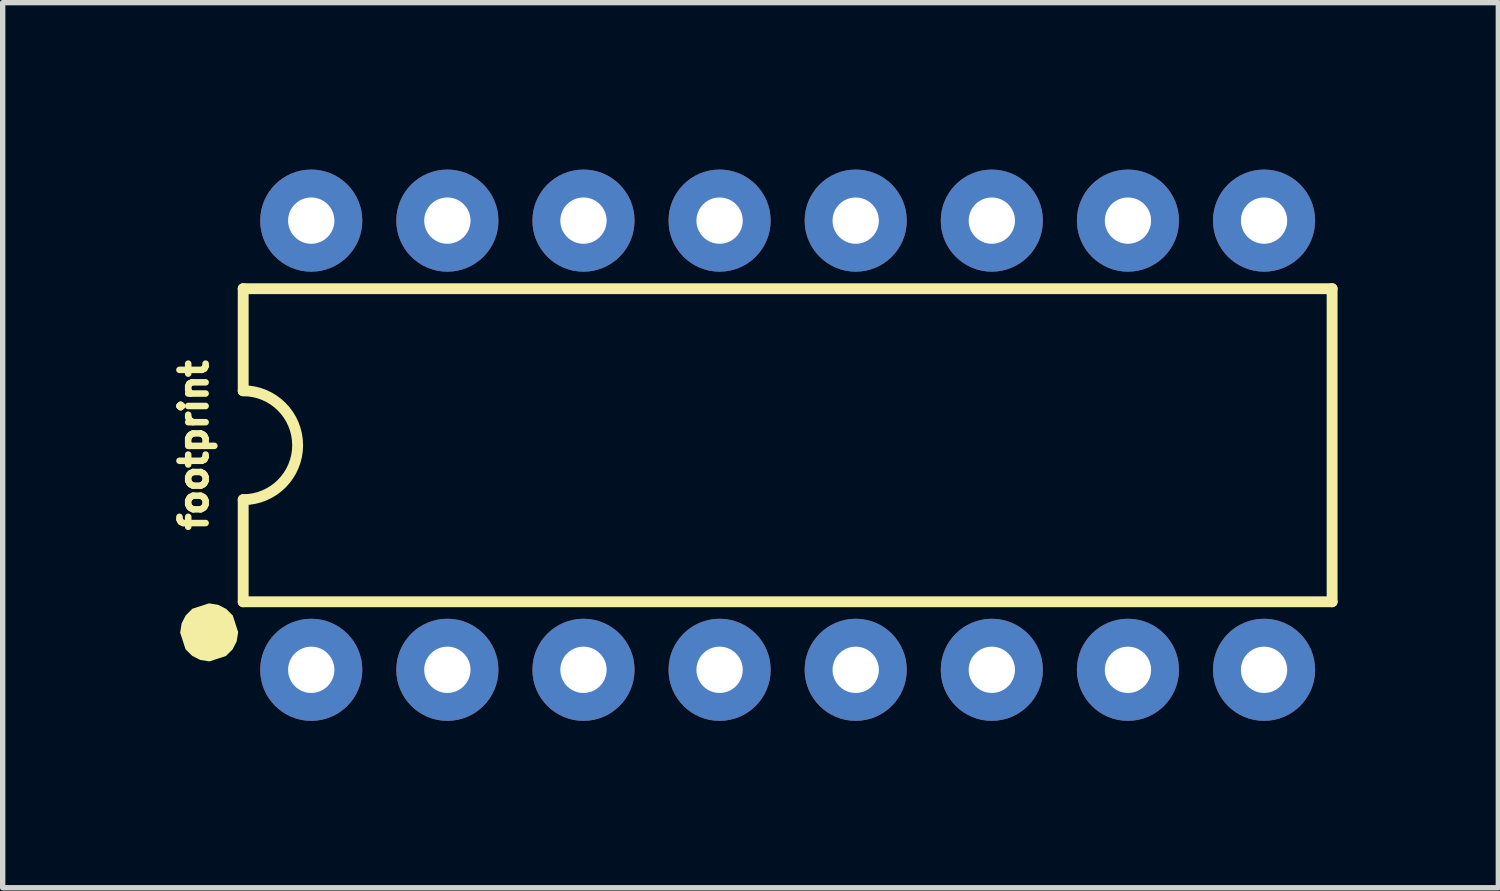
<source format=kicad_pcb>
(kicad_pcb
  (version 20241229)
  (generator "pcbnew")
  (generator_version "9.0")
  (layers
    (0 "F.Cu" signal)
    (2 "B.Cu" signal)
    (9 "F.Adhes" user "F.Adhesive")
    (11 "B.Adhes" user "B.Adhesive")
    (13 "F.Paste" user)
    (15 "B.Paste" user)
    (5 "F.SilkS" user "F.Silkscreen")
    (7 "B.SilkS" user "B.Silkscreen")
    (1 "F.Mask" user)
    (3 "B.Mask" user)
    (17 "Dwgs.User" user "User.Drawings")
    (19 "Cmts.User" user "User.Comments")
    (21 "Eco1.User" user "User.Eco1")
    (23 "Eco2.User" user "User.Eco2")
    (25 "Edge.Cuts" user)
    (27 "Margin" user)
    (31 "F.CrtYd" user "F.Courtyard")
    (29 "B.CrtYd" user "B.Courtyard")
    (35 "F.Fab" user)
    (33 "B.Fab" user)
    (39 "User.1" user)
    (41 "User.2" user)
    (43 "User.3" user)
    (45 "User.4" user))
  (footprint "footprint"
    (layer "F.Cu")
    (at 11.648 5.258)
    (property "Reference" "footprint" (at -10.795 0 90) (layer "F.SilkS") (effects (font (size 0.488 0.488) (thickness 0.122)) (justify bottom)))
    (fp_circle (center -8.89 -4.191) (end -8.674 -4.191) (stroke (width 0.432) (type solid)) (fill yes) (layer "F.Mask"))
    (fp_circle (center -8.89 4.191) (end -8.674 4.191) (stroke (width 0.432) (type solid)) (fill yes) (layer "F.Mask"))
    (fp_circle (center -6.35 -4.191) (end -6.134 -4.191) (stroke (width 0.432) (type solid)) (fill yes) (layer "F.Mask"))
    (fp_circle (center -6.35 4.191) (end -6.134 4.191) (stroke (width 0.432) (type solid)) (fill yes) (layer "F.Mask"))
    (fp_circle (center -3.81 -4.191) (end -3.594 -4.191) (stroke (width 0.432) (type solid)) (fill yes) (layer "F.Mask"))
    (fp_circle (center -3.81 -4.191) (end -3.594 -4.191) (stroke (width 0.432) (type solid)) (fill yes) (layer "F.Mask"))
    (fp_circle (center -3.81 -4.191) (end -3.594 -4.191) (stroke (width 0.432) (type solid)) (fill yes) (layer "F.Mask"))
    (fp_circle (center -3.81 4.191) (end -3.594 4.191) (stroke (width 0.432) (type solid)) (fill yes) (layer "F.Mask"))
    (fp_circle (center -1.27 -4.191) (end -1.054 -4.191) (stroke (width 0.432) (type solid)) (fill yes) (layer "F.Mask"))
    (fp_circle (center -1.27 4.191) (end -1.054 4.191) (stroke (width 0.432) (type solid)) (fill yes) (layer "F.Mask"))
    (fp_circle (center 1.27 -4.191) (end 1.486 -4.191) (stroke (width 0.432) (type solid)) (fill yes) (layer "F.Mask"))
    (fp_circle (center 1.27 4.191) (end 1.486 4.191) (stroke (width 0.432) (type solid)) (fill yes) (layer "F.Mask"))
    (fp_circle (center 3.81 -4.191) (end 4.026 -4.191) (stroke (width 0.432) (type solid)) (fill yes) (layer "F.Mask"))
    (fp_circle (center 3.81 4.191) (end 4.026 4.191) (stroke (width 0.432) (type solid)) (fill yes) (layer "F.Mask"))
    (fp_circle (center 6.35 -4.191) (end 6.566 -4.191) (stroke (width 0.432) (type solid)) (fill yes) (layer "F.Mask"))
    (fp_circle (center 6.35 4.191) (end 6.566 4.191) (stroke (width 0.432) (type solid)) (fill yes) (layer "F.Mask"))
    (fp_circle (center 8.89 -4.191) (end 9.106 -4.191) (stroke (width 0.432) (type solid)) (fill yes) (layer "F.Mask"))
    (fp_circle (center 8.89 4.191) (end 9.106 4.191) (stroke (width 0.432) (type solid)) (fill yes) (layer "F.Mask"))
    (fp_circle (center -8.89 -4.191) (end -8.357 -4.191) (stroke (width 1.067) (type solid)) (fill yes) (layer "B.Mask"))
    (fp_circle (center -8.89 4.191) (end -8.357 4.191) (stroke (width 1.067) (type solid)) (fill yes) (layer "B.Mask"))
    (fp_circle (center -6.35 -4.191) (end -5.817 -4.191) (stroke (width 1.067) (type solid)) (fill yes) (layer "B.Mask"))
    (fp_circle (center -6.35 4.191) (end -5.817 4.191) (stroke (width 1.067) (type solid)) (fill yes) (layer "B.Mask"))
    (fp_circle (center -3.81 -4.191) (end -3.277 -4.191) (stroke (width 1.067) (type solid)) (fill yes) (layer "B.Mask"))
    (fp_circle (center -3.81 4.191) (end -3.277 4.191) (stroke (width 1.067) (type solid)) (fill yes) (layer "B.Mask"))
    (fp_circle (center -1.27 -4.191) (end -0.737 -4.191) (stroke (width 1.067) (type solid)) (fill yes) (layer "B.Mask"))
    (fp_circle (center -1.27 4.191) (end -0.737 4.191) (stroke (width 1.067) (type solid)) (fill yes) (layer "B.Mask"))
    (fp_circle (center 1.27 -4.191) (end 1.803 -4.191) (stroke (width 1.067) (type solid)) (fill yes) (layer "B.Mask"))
    (fp_circle (center 1.27 4.191) (end 1.803 4.191) (stroke (width 1.067) (type solid)) (fill yes) (layer "B.Mask"))
    (fp_circle (center 3.81 -4.191) (end 4.343 -4.191) (stroke (width 1.067) (type solid)) (fill yes) (layer "B.Mask"))
    (fp_circle (center 3.81 4.191) (end 4.343 4.191) (stroke (width 1.067) (type solid)) (fill yes) (layer "B.Mask"))
    (fp_circle (center 6.35 -4.191) (end 6.883 -4.191) (stroke (width 1.067) (type solid)) (fill yes) (layer "B.Mask"))
    (fp_circle (center 6.35 4.191) (end 6.883 4.191) (stroke (width 1.067) (type solid)) (fill yes) (layer "B.Mask"))
    (fp_circle (center 8.89 -4.191) (end 9.423 -4.191) (stroke (width 1.067) (type solid)) (fill yes) (layer "B.Mask"))
    (fp_circle (center 8.89 4.191) (end 9.423 4.191) (stroke (width 1.067) (type solid)) (fill yes) (layer "B.Mask"))
    (fp_line (start -10.16 -2.921) (end -10.16 -1.016) (stroke (width 0.203) (type solid)) (layer "F.SilkS"))
    (fp_line (start -10.16 -2.921) (end 10.16 -2.921) (stroke (width 0.203) (type solid)) (layer "F.SilkS"))
    (fp_line (start -10.16 2.921) (end -10.16 1.016) (stroke (width 0.203) (type solid)) (layer "F.SilkS"))
    (fp_line (start -10.16 2.921) (end 10.16 2.921) (stroke (width 0.203) (type solid)) (layer "F.SilkS"))
    (fp_line (start 10.16 -2.921) (end 10.16 2.921) (stroke (width 0.203) (type solid)) (layer "F.SilkS"))
    (fp_arc (start -10.16 -1.016) (mid -9.144 0) (end -10.16 1.016) (stroke (width 0.2032) (type solid)) (layer "F.SilkS"))
    (fp_poly (pts (xy -10.628 2.978) (xy -10.477 3.055) (xy -10.354 3.178) (xy -10.254 3.487) (xy -10.281 3.66) (xy -10.358 3.81) (xy -10.481 3.933) (xy -10.79 4.034) (xy -10.962 4.007) (xy -11.113 3.93) (xy -11.236 3.807) (xy -11.336 3.498) (xy -11.309 3.325) (xy -11.232 3.175) (xy -11.109 3.052) (xy -10.8 2.951)) (stroke (width 0) (type solid)) (fill yes) (layer "F.SilkS"))
    (pad "1" thru_hole circle (at -8.89 4.191 90) (size 1.905 1.905) (drill 0.864) (layers "*.Cu"))
    (pad "2" thru_hole circle (at -6.35 4.191 90) (size 1.905 1.905) (drill 0.864) (layers "*.Cu"))
    (pad "3" thru_hole circle (at -3.81 4.191 90) (size 1.905 1.905) (drill 0.864) (layers "*.Cu"))
    (pad "4" thru_hole circle (at -1.27 4.191 90) (size 1.905 1.905) (drill 0.864) (layers "*.Cu"))
    (pad "5" thru_hole circle (at 1.27 4.191 90) (size 1.905 1.905) (drill 0.864) (layers "*.Cu"))
    (pad "6" thru_hole circle (at 3.81 4.191 90) (size 1.905 1.905) (drill 0.864) (layers "*.Cu"))
    (pad "7" thru_hole circle (at 6.35 4.191 90) (size 1.905 1.905) (drill 0.864) (layers "*.Cu"))
    (pad "8" thru_hole circle (at 8.89 4.191 90) (size 1.905 1.905) (drill 0.864) (layers "*.Cu"))
    (pad "9" thru_hole circle (at 8.89 -4.191 90) (size 1.905 1.905) (drill 0.864) (layers "*.Cu"))
    (pad "10" thru_hole circle (at 6.35 -4.191 90) (size 1.905 1.905) (drill 0.864) (layers "*.Cu"))
    (pad "11" thru_hole circle (at 3.81 -4.191 90) (size 1.905 1.905) (drill 0.864) (layers "*.Cu"))
    (pad "12" thru_hole circle (at 1.27 -4.191 90) (size 1.905 1.905) (drill 0.864) (layers "*.Cu"))
    (pad "13" thru_hole circle (at -1.27 -4.191 90) (size 1.905 1.905) (drill 0.864) (layers "*.Cu"))
    (pad "14" thru_hole circle (at -3.81 -4.191 90) (size 1.905 1.905) (drill 0.864) (layers "*.Cu"))
    (pad "15" thru_hole circle (at -6.35 -4.191 90) (size 1.905 1.905) (drill 0.864) (layers "*.Cu"))
    (pad "16" thru_hole circle (at -8.89 -4.191 90) (size 1.905 1.905) (drill 0.864) (layers "*.Cu")))
  (gr_rect
    (start -3 -3)
    (end 24.91 13.516)
    (stroke (width 0.1) (type default))
    (fill no)
    (layer "Edge.Cuts")))
</source>
